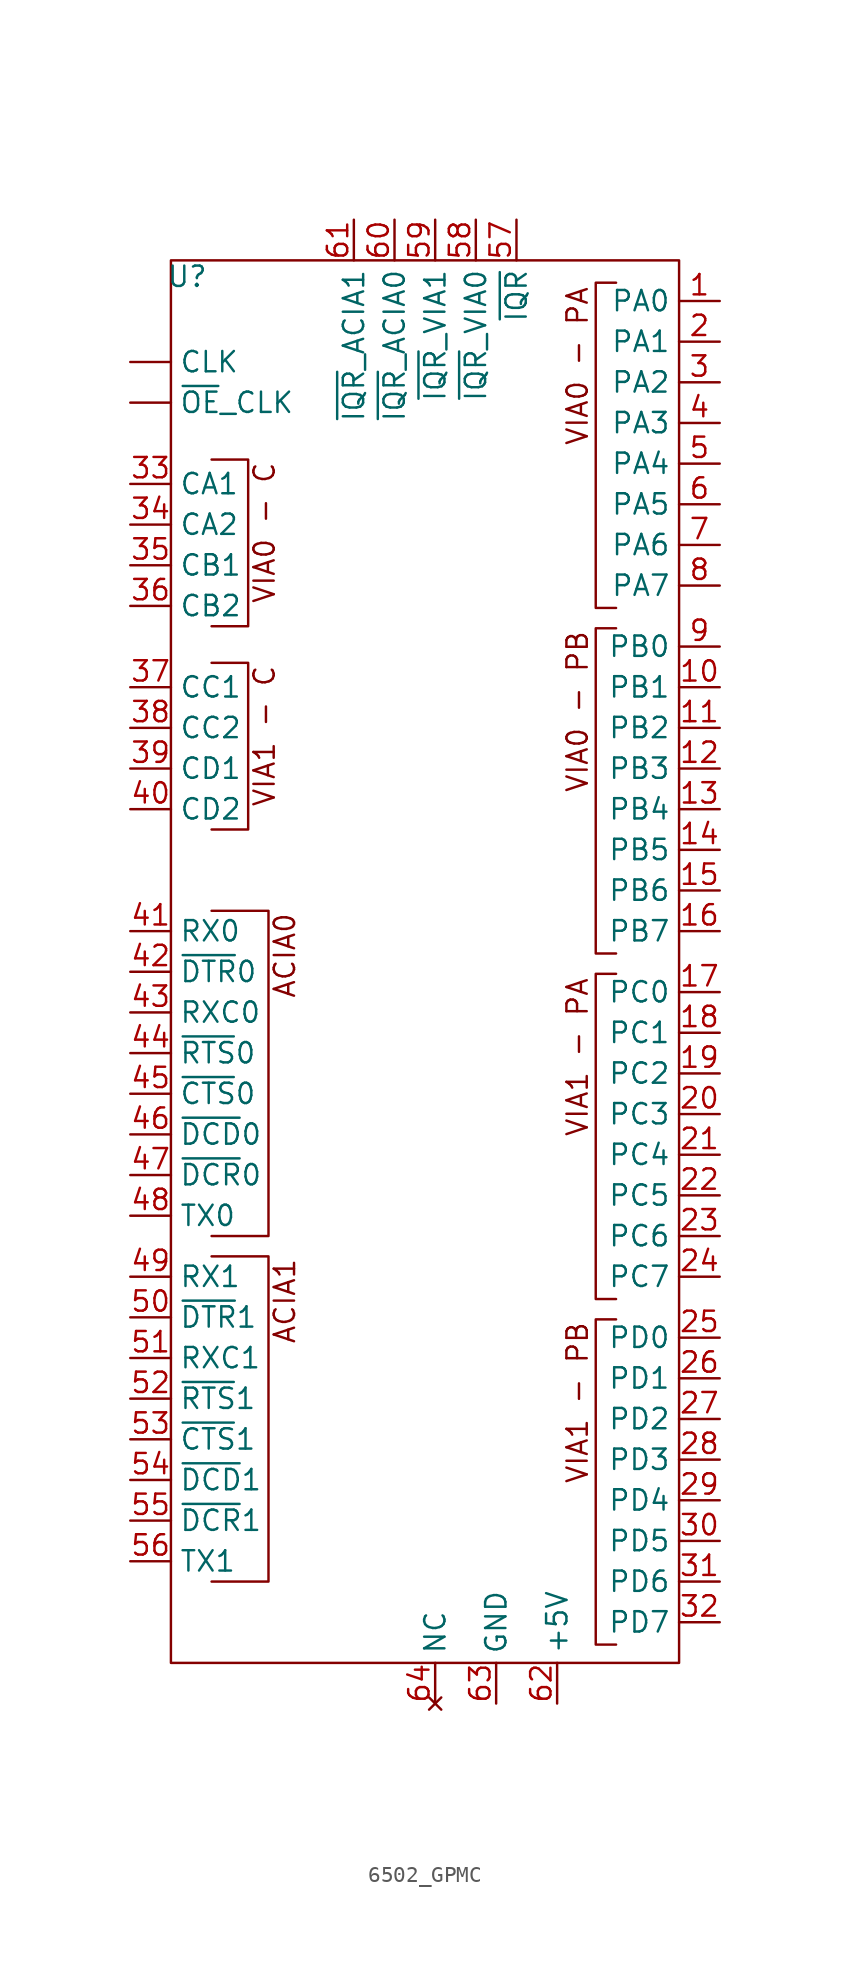
<source format=kicad_sym>
(kicad_symbol_lib
  (version 20241209)
  (generator "kicad_symbol_editor")
  (generator_version "9.0")
  (symbol "6502_GPMC"
    (property "Reference" "U"
      (at -15.494 -11.176 0)
      (effects (font (size 1.27 1.27))))
    (property "Value" ""
      (at 8.89 -8.89 0)
      (effects (font (size 1.27 1.27))))
    (symbol "6502_GPMC_0_1"
      (rectangle (start -16.51 -10.16) (end 15.24 -97.79) (stroke (width 0) (type default)) (fill (type none)))
      (polyline (pts (xy -13.97 -22.606) (xy -11.684 -22.606) (xy -11.684 -32.512) (xy -11.684 -33.02) (xy -13.716 -33.02) (xy -13.97 -33.02)) (stroke (width 0) (type default)) (fill (type none)))
      (polyline (pts (xy -13.97 -35.306) (xy -11.684 -35.306) (xy -11.684 -45.212) (xy -11.684 -45.72) (xy -13.716 -45.72) (xy -13.97 -45.72)) (stroke (width 0) (type default)) (fill (type none)))
      (polyline (pts (xy -13.97 -50.8) (xy -10.414 -50.8) (xy -10.414 -71.12) (xy -13.97 -71.12)) (stroke (width 0) (type default)) (fill (type none)))
      (polyline (pts (xy -13.97 -72.39) (xy -10.414 -72.39) (xy -10.414 -92.71) (xy -13.97 -92.71)) (stroke (width 0) (type default)) (fill (type none)))
      (polyline (pts (xy 11.303 -31.877) (xy 10.033 -31.877) (xy 10.033 -11.557) (xy 11.303 -11.557)) (stroke (width 0) (type default)) (fill (type none)))
      (polyline (pts (xy 11.303 -53.467) (xy 10.033 -53.467) (xy 10.033 -33.147) (xy 11.303 -33.147)) (stroke (width 0) (type default)) (fill (type none)))
      (polyline (pts (xy 11.303 -75.057) (xy 10.033 -75.057) (xy 10.033 -54.737) (xy 11.303 -54.737)) (stroke (width 0) (type default)) (fill (type none)))
      (polyline (pts (xy 11.303 -96.647) (xy 10.033 -96.647) (xy 10.033 -76.327) (xy 11.303 -76.327)) (stroke (width 0) (type default)) (fill (type none))))
    (symbol "6502_GPMC_1_1"
      (text "VIA0 - C" (at -10.668 -27.178 900) (effects (font (size 1.27 1.27))))
      (text "VIA1 - C" (at -10.668 -39.878 900) (effects (font (size 1.27 1.27))))
      (text "ACIA0" (at -9.398 -53.594 900) (effects (font (size 1.27 1.27))))
      (text "ACIA1" (at -9.398 -75.184 900) (effects (font (size 1.27 1.27))))
      (text "VIA0 - PA" (at 8.89 -16.764 900) (effects (font (size 1.27 1.27))))
      (text "VIA0 - PB" (at 8.89 -38.354 900) (effects (font (size 1.27 1.27))))
      (text "VIA1 - PA" (at 8.89 -59.944 900) (effects (font (size 1.27 1.27))))
      (text "VIA1 - PB" (at 8.89 -81.534 900) (effects (font (size 1.27 1.27))))
      (pin bidirectional line (at -19.05 -16.51 0) (length 2.54) (name "CLK" (effects (font (size 1.27 1.27)))) (number "" (effects (font (size 1.27 1.27)))))
      (pin bidirectional line (at -19.05 -19.05 0) (length 2.54) (name "~{OE}_CLK" (effects (font (size 1.27 1.27)))) (number "" (effects (font (size 1.27 1.27)))))
      (pin bidirectional line (at -19.05 -24.13 0) (length 2.54) (name "CA1" (effects (font (size 1.27 1.27)))) (number "33" (effects (font (size 1.27 1.27)))))
      (pin bidirectional line (at -19.05 -26.67 0) (length 2.54) (name "CA2" (effects (font (size 1.27 1.27)))) (number "34" (effects (font (size 1.27 1.27)))))
      (pin bidirectional line (at -19.05 -29.21 0) (length 2.54) (name "CB1" (effects (font (size 1.27 1.27)))) (number "35" (effects (font (size 1.27 1.27)))))
      (pin bidirectional line (at -19.05 -31.75 0) (length 2.54) (name "CB2" (effects (font (size 1.27 1.27)))) (number "36" (effects (font (size 1.27 1.27)))))
      (pin bidirectional line (at -19.05 -36.83 0) (length 2.54) (name "CC1" (effects (font (size 1.27 1.27)))) (number "37" (effects (font (size 1.27 1.27)))))
      (pin bidirectional line (at -19.05 -39.37 0) (length 2.54) (name "CC2" (effects (font (size 1.27 1.27)))) (number "38" (effects (font (size 1.27 1.27)))))
      (pin bidirectional line (at -19.05 -41.91 0) (length 2.54) (name "CD1" (effects (font (size 1.27 1.27)))) (number "39" (effects (font (size 1.27 1.27)))))
      (pin bidirectional line (at -19.05 -44.45 0) (length 2.54) (name "CD2" (effects (font (size 1.27 1.27)))) (number "40" (effects (font (size 1.27 1.27)))))
      (pin bidirectional line (at -19.05 -52.07 0) (length 2.54) (name "RX0" (effects (font (size 1.27 1.27)))) (number "41" (effects (font (size 1.27 1.27)))))
      (pin bidirectional line (at -19.05 -54.61 0) (length 2.54) (name "~{DTR}0" (effects (font (size 1.27 1.27)))) (number "42" (effects (font (size 1.27 1.27)))))
      (pin bidirectional line (at -19.05 -57.15 0) (length 2.54) (name "RXC0" (effects (font (size 1.27 1.27)))) (number "43" (effects (font (size 1.27 1.27)))))
      (pin bidirectional line (at -19.05 -59.69 0) (length 2.54) (name "~{RTS}0" (effects (font (size 1.27 1.27)))) (number "44" (effects (font (size 1.27 1.27)))))
      (pin bidirectional line (at -19.05 -62.23 0) (length 2.54) (name "~{CTS}0" (effects (font (size 1.27 1.27)))) (number "45" (effects (font (size 1.27 1.27)))))
      (pin bidirectional line (at -19.05 -64.77 0) (length 2.54) (name "~{DCD}0" (effects (font (size 1.27 1.27)))) (number "46" (effects (font (size 1.27 1.27)))))
      (pin bidirectional line (at -19.05 -67.31 0) (length 2.54) (name "~{DCR}0" (effects (font (size 1.27 1.27)))) (number "47" (effects (font (size 1.27 1.27)))))
      (pin bidirectional line (at -19.05 -69.85 0) (length 2.54) (name "TX0" (effects (font (size 1.27 1.27)))) (number "48" (effects (font (size 1.27 1.27)))))
      (pin bidirectional line (at -19.05 -73.66 0) (length 2.54) (name "RX1" (effects (font (size 1.27 1.27)))) (number "49" (effects (font (size 1.27 1.27)))))
      (pin bidirectional line (at -19.05 -76.2 0) (length 2.54) (name "~{DTR}1" (effects (font (size 1.27 1.27)))) (number "50" (effects (font (size 1.27 1.27)))))
      (pin bidirectional line (at -19.05 -78.74 0) (length 2.54) (name "RXC1" (effects (font (size 1.27 1.27)))) (number "51" (effects (font (size 1.27 1.27)))))
      (pin bidirectional line (at -19.05 -81.28 0) (length 2.54) (name "~{RTS}1" (effects (font (size 1.27 1.27)))) (number "52" (effects (font (size 1.27 1.27)))))
      (pin bidirectional line (at -19.05 -83.82 0) (length 2.54) (name "~{CTS}1" (effects (font (size 1.27 1.27)))) (number "53" (effects (font (size 1.27 1.27)))))
      (pin bidirectional line (at -19.05 -86.36 0) (length 2.54) (name "~{DCD}1" (effects (font (size 1.27 1.27)))) (number "54" (effects (font (size 1.27 1.27)))))
      (pin bidirectional line (at -19.05 -88.9 0) (length 2.54) (name "~{DCR}1" (effects (font (size 1.27 1.27)))) (number "55" (effects (font (size 1.27 1.27)))))
      (pin bidirectional line (at -19.05 -91.44 0) (length 2.54) (name "TX1" (effects (font (size 1.27 1.27)))) (number "56" (effects (font (size 1.27 1.27)))))
      (pin output line (at -5.08 -7.62 270) (length 2.54) (name "~{IQR}_ACIA1" (effects (font (size 1.27 1.27)))) (number "61" (effects (font (size 1.27 1.27)))))
      (pin output line (at -2.54 -7.62 270) (length 2.54) (name "~{IQR}_ACIA0" (effects (font (size 1.27 1.27)))) (number "60" (effects (font (size 1.27 1.27)))))
      (pin output line (at 0 -7.62 270) (length 2.54) (name "~{IQR}_VIA1" (effects (font (size 1.27 1.27)))) (number "59" (effects (font (size 1.27 1.27)))))
      (pin no_connect line (at 0 -100.33 90) (length 2.54) (name "NC" (effects (font (size 1.27 1.27)))) (number "64" (effects (font (size 1.27 1.27)))))
      (pin output line (at 2.54 -7.62 270) (length 2.54) (name "~{IQR}_VIA0" (effects (font (size 1.27 1.27)))) (number "58" (effects (font (size 1.27 1.27)))))
      (pin output line (at 3.81 -100.33 90) (length 2.54) (name "GND" (effects (font (size 1.27 1.27)))) (number "63" (effects (font (size 1.27 1.27)))))
      (pin input line (at 5.08 -7.62 270) (length 2.54) (name "~{IQR}" (effects (font (size 1.27 1.27)))) (number "57" (effects (font (size 1.27 1.27)))))
      (pin output line (at 7.62 -100.33 90) (length 2.54) (name "+5V" (effects (font (size 1.27 1.27)))) (number "62" (effects (font (size 1.27 1.27)))))
      (pin bidirectional line (at 17.78 -12.7 180) (length 2.54) (name "PA0" (effects (font (size 1.27 1.27)))) (number "1" (effects (font (size 1.27 1.27)))))
      (pin bidirectional line (at 17.78 -15.24 180) (length 2.54) (name "PA1" (effects (font (size 1.27 1.27)))) (number "2" (effects (font (size 1.27 1.27)))))
      (pin bidirectional line (at 17.78 -17.78 180) (length 2.54) (name "PA2" (effects (font (size 1.27 1.27)))) (number "3" (effects (font (size 1.27 1.27)))))
      (pin bidirectional line (at 17.78 -20.32 180) (length 2.54) (name "PA3" (effects (font (size 1.27 1.27)))) (number "4" (effects (font (size 1.27 1.27)))))
      (pin bidirectional line (at 17.78 -22.86 180) (length 2.54) (name "PA4" (effects (font (size 1.27 1.27)))) (number "5" (effects (font (size 1.27 1.27)))))
      (pin bidirectional line (at 17.78 -25.4 180) (length 2.54) (name "PA5" (effects (font (size 1.27 1.27)))) (number "6" (effects (font (size 1.27 1.27)))))
      (pin bidirectional line (at 17.78 -27.94 180) (length 2.54) (name "PA6" (effects (font (size 1.27 1.27)))) (number "7" (effects (font (size 1.27 1.27)))))
      (pin bidirectional line (at 17.78 -30.48 180) (length 2.54) (name "PA7" (effects (font (size 1.27 1.27)))) (number "8" (effects (font (size 1.27 1.27)))))
      (pin bidirectional line (at 17.78 -34.29 180) (length 2.54) (name "PB0" (effects (font (size 1.27 1.27)))) (number "9" (effects (font (size 1.27 1.27)))))
      (pin bidirectional line (at 17.78 -36.83 180) (length 2.54) (name "PB1" (effects (font (size 1.27 1.27)))) (number "10" (effects (font (size 1.27 1.27)))))
      (pin bidirectional line (at 17.78 -39.37 180) (length 2.54) (name "PB2" (effects (font (size 1.27 1.27)))) (number "11" (effects (font (size 1.27 1.27)))))
      (pin bidirectional line (at 17.78 -41.91 180) (length 2.54) (name "PB3" (effects (font (size 1.27 1.27)))) (number "12" (effects (font (size 1.27 1.27)))))
      (pin bidirectional line (at 17.78 -44.45 180) (length 2.54) (name "PB4" (effects (font (size 1.27 1.27)))) (number "13" (effects (font (size 1.27 1.27)))))
      (pin bidirectional line (at 17.78 -46.99 180) (length 2.54) (name "PB5" (effects (font (size 1.27 1.27)))) (number "14" (effects (font (size 1.27 1.27)))))
      (pin bidirectional line (at 17.78 -49.53 180) (length 2.54) (name "PB6" (effects (font (size 1.27 1.27)))) (number "15" (effects (font (size 1.27 1.27)))))
      (pin bidirectional line (at 17.78 -52.07 180) (length 2.54) (name "PB7" (effects (font (size 1.27 1.27)))) (number "16" (effects (font (size 1.27 1.27)))))
      (pin bidirectional line (at 17.78 -55.88 180) (length 2.54) (name "PC0" (effects (font (size 1.27 1.27)))) (number "17" (effects (font (size 1.27 1.27)))))
      (pin bidirectional line (at 17.78 -58.42 180) (length 2.54) (name "PC1" (effects (font (size 1.27 1.27)))) (number "18" (effects (font (size 1.27 1.27)))))
      (pin bidirectional line (at 17.78 -60.96 180) (length 2.54) (name "PC2" (effects (font (size 1.27 1.27)))) (number "19" (effects (font (size 1.27 1.27)))))
      (pin bidirectional line (at 17.78 -63.5 180) (length 2.54) (name "PC3" (effects (font (size 1.27 1.27)))) (number "20" (effects (font (size 1.27 1.27)))))
      (pin bidirectional line (at 17.78 -66.04 180) (length 2.54) (name "PC4" (effects (font (size 1.27 1.27)))) (number "21" (effects (font (size 1.27 1.27)))))
      (pin bidirectional line (at 17.78 -68.58 180) (length 2.54) (name "PC5" (effects (font (size 1.27 1.27)))) (number "22" (effects (font (size 1.27 1.27)))))
      (pin bidirectional line (at 17.78 -71.12 180) (length 2.54) (name "PC6" (effects (font (size 1.27 1.27)))) (number "23" (effects (font (size 1.27 1.27)))))
      (pin bidirectional line (at 17.78 -73.66 180) (length 2.54) (name "PC7" (effects (font (size 1.27 1.27)))) (number "24" (effects (font (size 1.27 1.27)))))
      (pin bidirectional line (at 17.78 -77.47 180) (length 2.54) (name "PD0" (effects (font (size 1.27 1.27)))) (number "25" (effects (font (size 1.27 1.27)))))
      (pin bidirectional line (at 17.78 -80.01 180) (length 2.54) (name "PD1" (effects (font (size 1.27 1.27)))) (number "26" (effects (font (size 1.27 1.27)))))
      (pin bidirectional line (at 17.78 -82.55 180) (length 2.54) (name "PD2" (effects (font (size 1.27 1.27)))) (number "27" (effects (font (size 1.27 1.27)))))
      (pin bidirectional line (at 17.78 -85.09 180) (length 2.54) (name "PD3" (effects (font (size 1.27 1.27)))) (number "28" (effects (font (size 1.27 1.27)))))
      (pin bidirectional line (at 17.78 -87.63 180) (length 2.54) (name "PD4" (effects (font (size 1.27 1.27)))) (number "29" (effects (font (size 1.27 1.27)))))
      (pin bidirectional line (at 17.78 -90.17 180) (length 2.54) (name "PD5" (effects (font (size 1.27 1.27)))) (number "30" (effects (font (size 1.27 1.27)))))
      (pin bidirectional line (at 17.78 -92.71 180) (length 2.54) (name "PD6" (effects (font (size 1.27 1.27)))) (number "31" (effects (font (size 1.27 1.27)))))
      (pin bidirectional line (at 17.78 -95.25 180) (length 2.54) (name "PD7" (effects (font (size 1.27 1.27)))) (number "32" (effects (font (size 1.27 1.27))))))))
</source>
